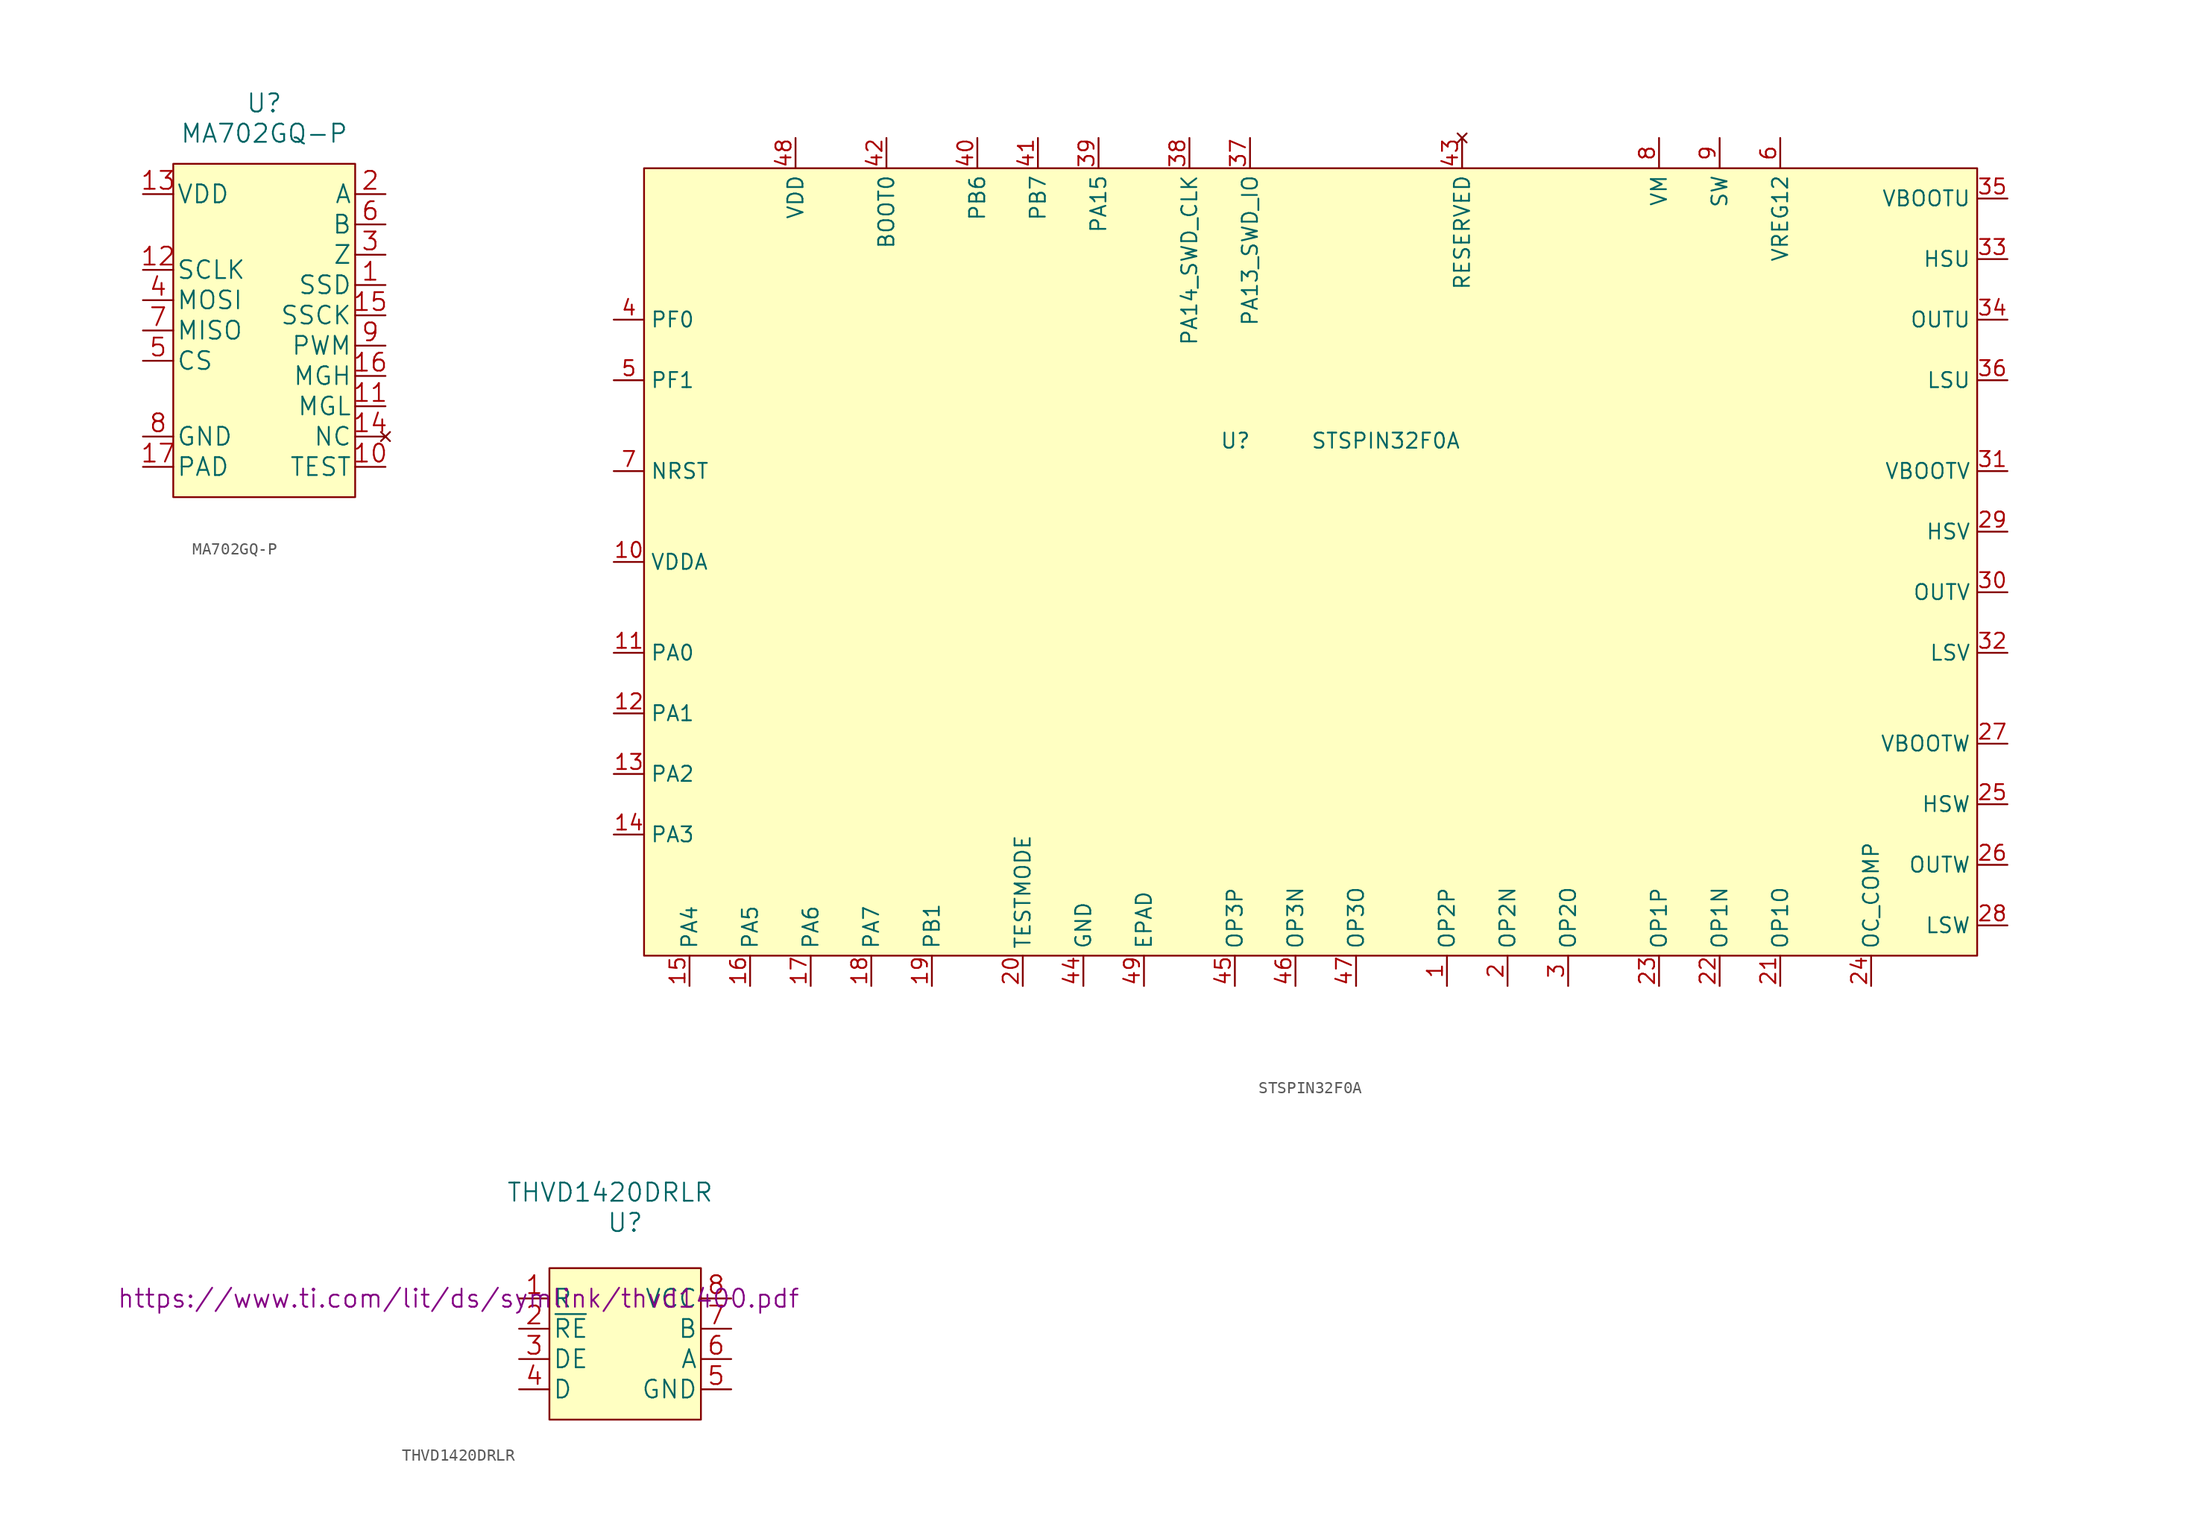
<source format=kicad_sym>
(kicad_symbol_lib
  (version 20211014)
  (generator kicad_symbol_editor)
  (symbol "MA702GQ-P"
    (pin_names
      (offset 0.254))
    (property "Reference" "U"
      (at 0 22.86 0)
      (effects (font (size 1.524 1.524))))
    (property "Value" "MA702GQ-P"
      (at 0 20.32 0)
      (effects (font (size 1.524 1.524))))
    (property "Datasheet" ""
      (at -15.24 6.35 0)
      (effects (font (size 1.524 1.524))))
    (symbol "MA702GQ-P_1_1"
      (rectangle (start -7.62 17.78) (end 7.62 -10.16) (stroke (width 0) (type default) (color 0 0 0 0)) (fill (type background)))
      (pin output line (at 10.16 7.62 180) (length 2.54) (name "SSD" (effects (font (size 1.499 1.499)))) (number "1" (effects (font (size 1.499 1.499)))))
      (pin input line (at 10.16 -7.62 180) (length 2.54) (name "TEST" (effects (font (size 1.499 1.499)))) (number "10" (effects (font (size 1.499 1.499)))))
      (pin output line (at 10.16 -2.54 180) (length 2.54) (name "MGL" (effects (font (size 1.499 1.499)))) (number "11" (effects (font (size 1.499 1.499)))))
      (pin input line (at -10.16 8.89 0) (length 2.54) (name "SCLK" (effects (font (size 1.499 1.499)))) (number "12" (effects (font (size 1.499 1.499)))))
      (pin power_in line (at -10.16 15.24 0) (length 2.54) (name "VDD" (effects (font (size 1.499 1.499)))) (number "13" (effects (font (size 1.499 1.499)))))
      (pin no_connect line (at 10.16 -5.08 180) (length 2.54) (name "NC" (effects (font (size 1.499 1.499)))) (number "14" (effects (font (size 1.499 1.499)))))
      (pin input line (at 10.16 5.08 180) (length 2.54) (name "SSCK" (effects (font (size 1.499 1.499)))) (number "15" (effects (font (size 1.499 1.499)))))
      (pin output line (at 10.16 0 180) (length 2.54) (name "MGH" (effects (font (size 1.499 1.499)))) (number "16" (effects (font (size 1.499 1.499)))))
      (pin power_in line (at -10.16 -7.62 0) (length 2.54) (name "PAD" (effects (font (size 1.499 1.499)))) (number "17" (effects (font (size 1.499 1.499)))))
      (pin output line (at 10.16 15.24 180) (length 2.54) (name "A" (effects (font (size 1.499 1.499)))) (number "2" (effects (font (size 1.499 1.499)))))
      (pin output line (at 10.16 10.16 180) (length 2.54) (name "Z" (effects (font (size 1.499 1.499)))) (number "3" (effects (font (size 1.499 1.499)))))
      (pin input line (at -10.16 6.35 0) (length 2.54) (name "MOSI" (effects (font (size 1.499 1.499)))) (number "4" (effects (font (size 1.499 1.499)))))
      (pin input line (at -10.16 1.27 0) (length 2.54) (name "CS" (effects (font (size 1.499 1.499)))) (number "5" (effects (font (size 1.499 1.499)))))
      (pin output line (at 10.16 12.7 180) (length 2.54) (name "B" (effects (font (size 1.499 1.499)))) (number "6" (effects (font (size 1.499 1.499)))))
      (pin output line (at -10.16 3.81 0) (length 2.54) (name "MISO" (effects (font (size 1.499 1.499)))) (number "7" (effects (font (size 1.499 1.499)))))
      (pin power_in line (at -10.16 -5.08 0) (length 2.54) (name "GND" (effects (font (size 1.499 1.499)))) (number "8" (effects (font (size 1.499 1.499)))))
      (pin output line (at 10.16 2.54 180) (length 2.54) (name "PWM" (effects (font (size 1.499 1.499)))) (number "9" (effects (font (size 1.499 1.499)))))))
  (symbol "STSPIN32F0A"
    (property "Reference" "U"
      (at -5.08 7.62 0)
      (effects (font (size 1.27 1.27)) (justify left)))
    (property "Value" "STSPIN32F0A"
      (at 2.54 7.62 0)
      (effects (font (size 1.27 1.27)) (justify left)))
    (symbol "STSPIN32F0A_0_1"
      (rectangle (start -53.34 30.48) (end 58.42 -35.56) (stroke (width 0) (type default) (color 0 0 0 0)) (fill (type background))))
    (symbol "STSPIN32F0A_1_1"
      (pin input line (at 13.97 -38.1 90) (length 2.54) (name "OP2P" (effects (font (size 1.27 1.27)))) (number "1" (effects (font (size 1.27 1.27)))))
      (pin power_in line (at -55.88 -2.54 0) (length 2.54) (name "VDDA" (effects (font (size 1.27 1.27)))) (number "10" (effects (font (size 1.27 1.27)))))
      (pin bidirectional line (at -55.88 -10.16 0) (length 2.54) (name "PA0" (effects (font (size 1.27 1.27)))) (number "11" (effects (font (size 1.27 1.27)))))
      (pin bidirectional line (at -55.88 -15.24 0) (length 2.54) (name "PA1" (effects (font (size 1.27 1.27)))) (number "12" (effects (font (size 1.27 1.27)))))
      (pin bidirectional line (at -55.88 -20.32 0) (length 2.54) (name "PA2" (effects (font (size 1.27 1.27)))) (number "13" (effects (font (size 1.27 1.27)))))
      (pin bidirectional line (at -55.88 -25.4 0) (length 2.54) (name "PA3" (effects (font (size 1.27 1.27)))) (number "14" (effects (font (size 1.27 1.27)))))
      (pin bidirectional line (at -49.53 -38.1 90) (length 2.54) (name "PA4" (effects (font (size 1.27 1.27)))) (number "15" (effects (font (size 1.27 1.27)))))
      (pin bidirectional line (at -44.45 -38.1 90) (length 2.54) (name "PA5" (effects (font (size 1.27 1.27)))) (number "16" (effects (font (size 1.27 1.27)))))
      (pin bidirectional line (at -39.37 -38.1 90) (length 2.54) (name "PA6" (effects (font (size 1.27 1.27)))) (number "17" (effects (font (size 1.27 1.27)))))
      (pin bidirectional line (at -34.29 -38.1 90) (length 2.54) (name "PA7" (effects (font (size 1.27 1.27)))) (number "18" (effects (font (size 1.27 1.27)))))
      (pin bidirectional line (at -29.21 -38.1 90) (length 2.54) (name "PB1" (effects (font (size 1.27 1.27)))) (number "19" (effects (font (size 1.27 1.27)))))
      (pin input line (at 19.05 -38.1 90) (length 2.54) (name "OP2N" (effects (font (size 1.27 1.27)))) (number "2" (effects (font (size 1.27 1.27)))))
      (pin input line (at -21.59 -38.1 90) (length 2.54) (name "TESTMODE" (effects (font (size 1.27 1.27)))) (number "20" (effects (font (size 1.27 1.27)))))
      (pin output line (at 41.91 -38.1 90) (length 2.54) (name "OP1O" (effects (font (size 1.27 1.27)))) (number "21" (effects (font (size 1.27 1.27)))))
      (pin input line (at 36.83 -38.1 90) (length 2.54) (name "OP1N" (effects (font (size 1.27 1.27)))) (number "22" (effects (font (size 1.27 1.27)))))
      (pin input line (at 31.75 -38.1 90) (length 2.54) (name "OP1P" (effects (font (size 1.27 1.27)))) (number "23" (effects (font (size 1.27 1.27)))))
      (pin input line (at 49.53 -38.1 90) (length 2.54) (name "OC_COMP" (effects (font (size 1.27 1.27)))) (number "24" (effects (font (size 1.27 1.27)))))
      (pin output line (at 60.96 -22.86 180) (length 2.54) (name "HSW" (effects (font (size 1.27 1.27)))) (number "25" (effects (font (size 1.27 1.27)))))
      (pin input line (at 60.96 -27.94 180) (length 2.54) (name "OUTW" (effects (font (size 1.27 1.27)))) (number "26" (effects (font (size 1.27 1.27)))))
      (pin power_out line (at 60.96 -17.78 180) (length 2.54) (name "VBOOTW" (effects (font (size 1.27 1.27)))) (number "27" (effects (font (size 1.27 1.27)))))
      (pin output line (at 60.96 -33.02 180) (length 2.54) (name "LSW" (effects (font (size 1.27 1.27)))) (number "28" (effects (font (size 1.27 1.27)))))
      (pin output line (at 60.96 0 180) (length 2.54) (name "HSV" (effects (font (size 1.27 1.27)))) (number "29" (effects (font (size 1.27 1.27)))))
      (pin output line (at 24.13 -38.1 90) (length 2.54) (name "OP2O" (effects (font (size 1.27 1.27)))) (number "3" (effects (font (size 1.27 1.27)))))
      (pin input line (at 60.96 -5.08 180) (length 2.54) (name "OUTV" (effects (font (size 1.27 1.27)))) (number "30" (effects (font (size 1.27 1.27)))))
      (pin power_out line (at 60.96 5.08 180) (length 2.54) (name "VBOOTV" (effects (font (size 1.27 1.27)))) (number "31" (effects (font (size 1.27 1.27)))))
      (pin output line (at 60.96 -10.16 180) (length 2.54) (name "LSV" (effects (font (size 1.27 1.27)))) (number "32" (effects (font (size 1.27 1.27)))))
      (pin output line (at 60.96 22.86 180) (length 2.54) (name "HSU" (effects (font (size 1.27 1.27)))) (number "33" (effects (font (size 1.27 1.27)))))
      (pin input line (at 60.96 17.78 180) (length 2.54) (name "OUTU" (effects (font (size 1.27 1.27)))) (number "34" (effects (font (size 1.27 1.27)))))
      (pin power_out line (at 60.96 27.94 180) (length 2.54) (name "VBOOTU" (effects (font (size 1.27 1.27)))) (number "35" (effects (font (size 1.27 1.27)))))
      (pin output line (at 60.96 12.7 180) (length 2.54) (name "LSU" (effects (font (size 1.27 1.27)))) (number "36" (effects (font (size 1.27 1.27)))))
      (pin bidirectional line (at -2.54 33.02 270) (length 2.54) (name "PA13_SWD_IO" (effects (font (size 1.27 1.27)))) (number "37" (effects (font (size 1.27 1.27)))))
      (pin bidirectional line (at -7.62 33.02 270) (length 2.54) (name "PA14_SWD_CLK" (effects (font (size 1.27 1.27)))) (number "38" (effects (font (size 1.27 1.27)))))
      (pin bidirectional line (at -15.24 33.02 270) (length 2.54) (name "PA15" (effects (font (size 1.27 1.27)))) (number "39" (effects (font (size 1.27 1.27)))))
      (pin bidirectional line (at -55.88 17.78 0) (length 2.54) (name "PF0" (effects (font (size 1.27 1.27)))) (number "4" (effects (font (size 1.27 1.27)))))
      (pin bidirectional line (at -25.4 33.02 270) (length 2.54) (name "PB6" (effects (font (size 1.27 1.27)))) (number "40" (effects (font (size 1.27 1.27)))))
      (pin bidirectional line (at -20.32 33.02 270) (length 2.54) (name "PB7" (effects (font (size 1.27 1.27)))) (number "41" (effects (font (size 1.27 1.27)))))
      (pin input line (at -33.02 33.02 270) (length 2.54) (name "BOOT0" (effects (font (size 1.27 1.27)))) (number "42" (effects (font (size 1.27 1.27)))))
      (pin no_connect line (at 15.24 33.02 270) (length 2.54) (name "RESERVED" (effects (font (size 1.27 1.27)))) (number "43" (effects (font (size 1.27 1.27)))))
      (pin power_in line (at -16.51 -38.1 90) (length 2.54) (name "GND" (effects (font (size 1.27 1.27)))) (number "44" (effects (font (size 1.27 1.27)))))
      (pin input line (at -3.81 -38.1 90) (length 2.54) (name "OP3P" (effects (font (size 1.27 1.27)))) (number "45" (effects (font (size 1.27 1.27)))))
      (pin input line (at 1.27 -38.1 90) (length 2.54) (name "OP3N" (effects (font (size 1.27 1.27)))) (number "46" (effects (font (size 1.27 1.27)))))
      (pin output line (at 6.35 -38.1 90) (length 2.54) (name "OP3O" (effects (font (size 1.27 1.27)))) (number "47" (effects (font (size 1.27 1.27)))))
      (pin power_in line (at -40.64 33.02 270) (length 2.54) (name "VDD" (effects (font (size 1.27 1.27)))) (number "48" (effects (font (size 1.27 1.27)))))
      (pin power_in line (at -11.43 -38.1 90) (length 2.54) (name "EPAD" (effects (font (size 1.27 1.27)))) (number "49" (effects (font (size 1.27 1.27)))))
      (pin bidirectional line (at -55.88 12.7 0) (length 2.54) (name "PF1" (effects (font (size 1.27 1.27)))) (number "5" (effects (font (size 1.27 1.27)))))
      (pin power_in line (at 41.91 33.02 270) (length 2.54) (name "VREG12" (effects (font (size 1.27 1.27)))) (number "6" (effects (font (size 1.27 1.27)))))
      (pin input line (at -55.88 5.08 0) (length 2.54) (name "NRST" (effects (font (size 1.27 1.27)))) (number "7" (effects (font (size 1.27 1.27)))))
      (pin power_in line (at 31.75 33.02 270) (length 2.54) (name "VM" (effects (font (size 1.27 1.27)))) (number "8" (effects (font (size 1.27 1.27)))))
      (pin output line (at 36.83 33.02 270) (length 2.54) (name "SW" (effects (font (size 1.27 1.27)))) (number "9" (effects (font (size 1.27 1.27)))))))
  (symbol "THVD1420DRLR"
    (pin_names
      (offset 0.254))
    (property "Reference" "U"
      (at 0 10.16 0)
      (effects (font (size 1.524 1.524))))
    (property "Value" "THVD1420DRLR"
      (at -1.27 12.7 0)
      (effects (font (size 1.524 1.524))))
    (property "Datasheet" "https://www.ti.com/lit/ds/symlink/thvd1400.pdf"
      (at -13.97 3.81 0)
      (effects (font (size 1.524 1.524))))
    (symbol "THVD1420DRLR_1_1"
      (rectangle (start -6.35 6.35) (end 6.35 -6.35) (stroke (width 0) (type default) (color 0 0 0 0)) (fill (type background)))
      (pin output line (at -8.89 3.81 0) (length 2.54) (name "R" (effects (font (size 1.499 1.499)))) (number "1" (effects (font (size 1.499 1.499)))))
      (pin input line (at -8.89 1.27 0) (length 2.54) (name "~{RE}" (effects (font (size 1.499 1.499)))) (number "2" (effects (font (size 1.499 1.499)))))
      (pin input line (at -8.89 -1.27 0) (length 2.54) (name "DE" (effects (font (size 1.499 1.499)))) (number "3" (effects (font (size 1.499 1.499)))))
      (pin input line (at -8.89 -3.81 0) (length 2.54) (name "D" (effects (font (size 1.499 1.499)))) (number "4" (effects (font (size 1.499 1.499)))))
      (pin power_in line (at 8.89 -3.81 180) (length 2.54) (name "GND" (effects (font (size 1.499 1.499)))) (number "5" (effects (font (size 1.499 1.499)))))
      (pin bidirectional line (at 8.89 -1.27 180) (length 2.54) (name "A" (effects (font (size 1.499 1.499)))) (number "6" (effects (font (size 1.499 1.499)))))
      (pin bidirectional line (at 8.89 1.27 180) (length 2.54) (name "B" (effects (font (size 1.499 1.499)))) (number "7" (effects (font (size 1.499 1.499)))))
      (pin power_in line (at 8.89 3.81 180) (length 2.54) (name "VCC" (effects (font (size 1.499 1.499)))) (number "8" (effects (font (size 1.499 1.499))))))))
</source>
